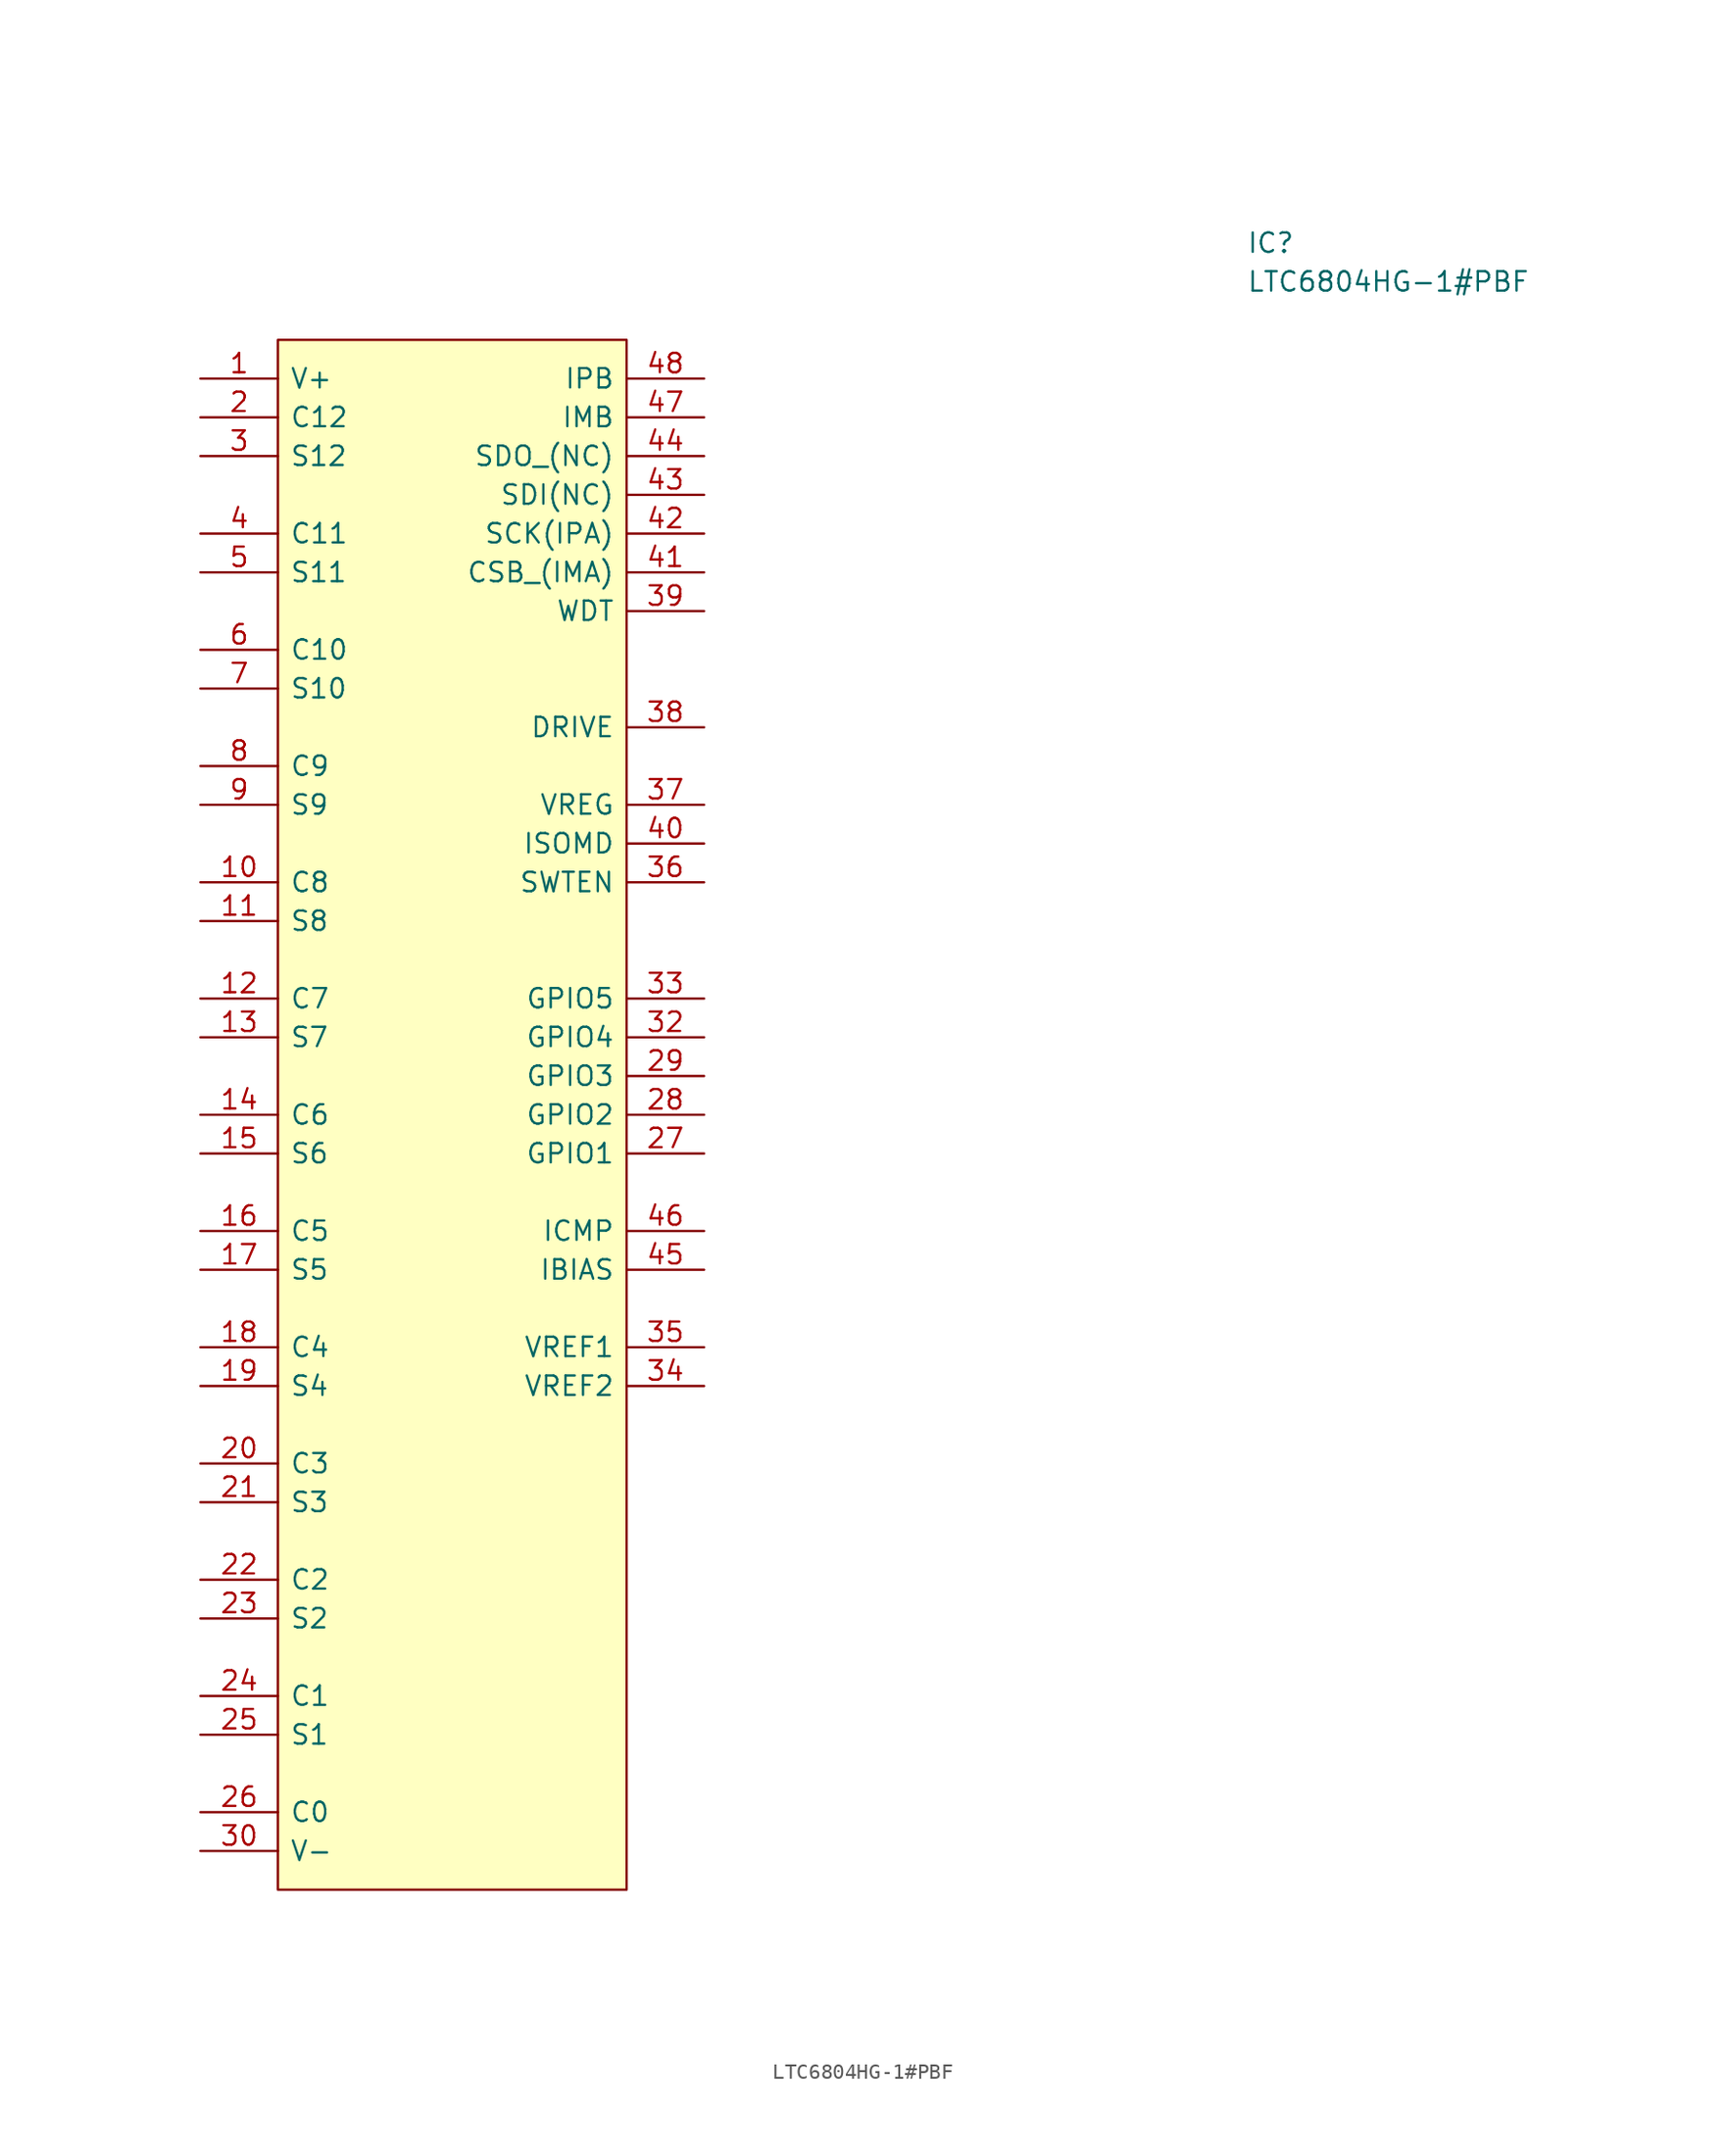
<source format=kicad_sym>
(kicad_symbol_lib
  (version 20220914)
  (generator kicad_symbol_editor)
  (symbol "LTC6804HG-1#PBF"
    (pin_names
      (offset 0.762))
    (property "Reference" "IC"
      (at 68.58 8.89 0)
      (effects (font (size 1.27 1.27)) (justify left)))
    (property "Value" "LTC6804HG-1#PBF"
      (at 68.58 6.35 0)
      (effects (font (size 1.27 1.27)) (justify left)))
    (symbol "LTC6804HG-1#PBF_0_0"
      (pin passive line (at 0 0 0) (length 5.08) (name "V+" (effects (font (size 1.27 1.27)))) (number "1" (effects (font (size 1.27 1.27)))))
      (pin passive line (at 0 -33.02 0) (length 5.08) (name "C8" (effects (font (size 1.27 1.27)))) (number "10" (effects (font (size 1.27 1.27)))))
      (pin passive line (at 0 -35.56 0) (length 5.08) (name "S8" (effects (font (size 1.27 1.27)))) (number "11" (effects (font (size 1.27 1.27)))))
      (pin passive line (at 0 -40.64 0) (length 5.08) (name "C7" (effects (font (size 1.27 1.27)))) (number "12" (effects (font (size 1.27 1.27)))))
      (pin passive line (at 0 -43.18 0) (length 5.08) (name "S7" (effects (font (size 1.27 1.27)))) (number "13" (effects (font (size 1.27 1.27)))))
      (pin passive line (at 0 -48.26 0) (length 5.08) (name "C6" (effects (font (size 1.27 1.27)))) (number "14" (effects (font (size 1.27 1.27)))))
      (pin passive line (at 0 -50.8 0) (length 5.08) (name "S6" (effects (font (size 1.27 1.27)))) (number "15" (effects (font (size 1.27 1.27)))))
      (pin passive line (at 0 -55.88 0) (length 5.08) (name "C5" (effects (font (size 1.27 1.27)))) (number "16" (effects (font (size 1.27 1.27)))))
      (pin passive line (at 0 -58.42 0) (length 5.08) (name "S5" (effects (font (size 1.27 1.27)))) (number "17" (effects (font (size 1.27 1.27)))))
      (pin passive line (at 0 -63.5 0) (length 5.08) (name "C4" (effects (font (size 1.27 1.27)))) (number "18" (effects (font (size 1.27 1.27)))))
      (pin passive line (at 0 -66.04 0) (length 5.08) (name "S4" (effects (font (size 1.27 1.27)))) (number "19" (effects (font (size 1.27 1.27)))))
      (pin passive line (at 0 -2.54 0) (length 5.08) (name "C12" (effects (font (size 1.27 1.27)))) (number "2" (effects (font (size 1.27 1.27)))))
      (pin passive line (at 0 -71.12 0) (length 5.08) (name "C3" (effects (font (size 1.27 1.27)))) (number "20" (effects (font (size 1.27 1.27)))))
      (pin passive line (at 0 -73.66 0) (length 5.08) (name "S3" (effects (font (size 1.27 1.27)))) (number "21" (effects (font (size 1.27 1.27)))))
      (pin passive line (at 0 -78.74 0) (length 5.08) (name "C2" (effects (font (size 1.27 1.27)))) (number "22" (effects (font (size 1.27 1.27)))))
      (pin passive line (at 0 -81.28 0) (length 5.08) (name "S2" (effects (font (size 1.27 1.27)))) (number "23" (effects (font (size 1.27 1.27)))))
      (pin passive line (at 0 -86.36 0) (length 5.08) (name "C1" (effects (font (size 1.27 1.27)))) (number "24" (effects (font (size 1.27 1.27)))))
      (pin passive line (at 0 -88.9 0) (length 5.08) (name "S1" (effects (font (size 1.27 1.27)))) (number "25" (effects (font (size 1.27 1.27)))))
      (pin passive line (at 0 -93.98 0) (length 5.08) (name "C0" (effects (font (size 1.27 1.27)))) (number "26" (effects (font (size 1.27 1.27)))))
      (pin passive line (at 33.02 -50.8 180) (length 5.08) (name "GPIO1" (effects (font (size 1.27 1.27)))) (number "27" (effects (font (size 1.27 1.27)))))
      (pin passive line (at 33.02 -48.26 180) (length 5.08) (name "GPIO2" (effects (font (size 1.27 1.27)))) (number "28" (effects (font (size 1.27 1.27)))))
      (pin passive line (at 33.02 -45.72 180) (length 5.08) (name "GPIO3" (effects (font (size 1.27 1.27)))) (number "29" (effects (font (size 1.27 1.27)))))
      (pin passive line (at 0 -5.08 0) (length 5.08) (name "S12" (effects (font (size 1.27 1.27)))) (number "3" (effects (font (size 1.27 1.27)))))
      (pin passive line (at 33.02 -43.18 180) (length 5.08) (name "GPIO4" (effects (font (size 1.27 1.27)))) (number "32" (effects (font (size 1.27 1.27)))))
      (pin passive line (at 33.02 -40.64 180) (length 5.08) (name "GPIO5" (effects (font (size 1.27 1.27)))) (number "33" (effects (font (size 1.27 1.27)))))
      (pin passive line (at 33.02 -66.04 180) (length 5.08) (name "VREF2" (effects (font (size 1.27 1.27)))) (number "34" (effects (font (size 1.27 1.27)))))
      (pin passive line (at 33.02 -63.5 180) (length 5.08) (name "VREF1" (effects (font (size 1.27 1.27)))) (number "35" (effects (font (size 1.27 1.27)))))
      (pin passive line (at 33.02 -33.02 180) (length 5.08) (name "SWTEN" (effects (font (size 1.27 1.27)))) (number "36" (effects (font (size 1.27 1.27)))))
      (pin passive line (at 33.02 -27.94 180) (length 5.08) (name "VREG" (effects (font (size 1.27 1.27)))) (number "37" (effects (font (size 1.27 1.27)))))
      (pin passive line (at 33.02 -22.86 180) (length 5.08) (name "DRIVE" (effects (font (size 1.27 1.27)))) (number "38" (effects (font (size 1.27 1.27)))))
      (pin passive line (at 33.02 -15.24 180) (length 5.08) (name "WDT" (effects (font (size 1.27 1.27)))) (number "39" (effects (font (size 1.27 1.27)))))
      (pin passive line (at 0 -10.16 0) (length 5.08) (name "C11" (effects (font (size 1.27 1.27)))) (number "4" (effects (font (size 1.27 1.27)))))
      (pin passive line (at 33.02 -30.48 180) (length 5.08) (name "ISOMD" (effects (font (size 1.27 1.27)))) (number "40" (effects (font (size 1.27 1.27)))))
      (pin passive line (at 33.02 -12.7 180) (length 5.08) (name "CSB_(IMA)" (effects (font (size 1.27 1.27)))) (number "41" (effects (font (size 1.27 1.27)))))
      (pin passive line (at 33.02 -10.16 180) (length 5.08) (name "SCK(IPA)" (effects (font (size 1.27 1.27)))) (number "42" (effects (font (size 1.27 1.27)))))
      (pin passive line (at 33.02 -7.62 180) (length 5.08) (name "SDI(NC)" (effects (font (size 1.27 1.27)))) (number "43" (effects (font (size 1.27 1.27)))))
      (pin passive line (at 33.02 -5.08 180) (length 5.08) (name "SDO_(NC)" (effects (font (size 1.27 1.27)))) (number "44" (effects (font (size 1.27 1.27)))))
      (pin passive line (at 33.02 -58.42 180) (length 5.08) (name "IBIAS" (effects (font (size 1.27 1.27)))) (number "45" (effects (font (size 1.27 1.27)))))
      (pin passive line (at 33.02 -55.88 180) (length 5.08) (name "ICMP" (effects (font (size 1.27 1.27)))) (number "46" (effects (font (size 1.27 1.27)))))
      (pin passive line (at 33.02 -2.54 180) (length 5.08) (name "IMB" (effects (font (size 1.27 1.27)))) (number "47" (effects (font (size 1.27 1.27)))))
      (pin passive line (at 33.02 0 180) (length 5.08) (name "IPB" (effects (font (size 1.27 1.27)))) (number "48" (effects (font (size 1.27 1.27)))))
      (pin passive line (at 0 -12.7 0) (length 5.08) (name "S11" (effects (font (size 1.27 1.27)))) (number "5" (effects (font (size 1.27 1.27)))))
      (pin passive line (at 0 -17.78 0) (length 5.08) (name "C10" (effects (font (size 1.27 1.27)))) (number "6" (effects (font (size 1.27 1.27)))))
      (pin passive line (at 0 -20.32 0) (length 5.08) (name "S10" (effects (font (size 1.27 1.27)))) (number "7" (effects (font (size 1.27 1.27)))))
      (pin passive line (at 0 -25.4 0) (length 5.08) (name "C9" (effects (font (size 1.27 1.27)))) (number "8" (effects (font (size 1.27 1.27)))))
      (pin passive line (at 0 -27.94 0) (length 5.08) (name "S9" (effects (font (size 1.27 1.27)))) (number "9" (effects (font (size 1.27 1.27))))))
    (symbol "LTC6804HG-1#PBF_1_0"
      (pin passive line (at 0 -96.52 0) (length 5.08) (name "V-" (effects (font (size 1.27 1.27)))) (number "30" (effects (font (size 1.27 1.27)))))
      (pin passive line (at 0 -96.52 0) (length 5.08) hide (name "V-" (effects (font (size 1.27 1.27)))) (number "31" (effects (font (size 1.27 1.27))))))
    (symbol "LTC6804HG-1#PBF_1_1"
      (polyline (pts (xy 5.08 2.54) (xy 27.94 2.54) (xy 27.94 -99.06) (xy 5.08 -99.06) (xy 5.08 2.54)) (stroke (width 0.152) (type solid)) (fill (type background))))))
</source>
